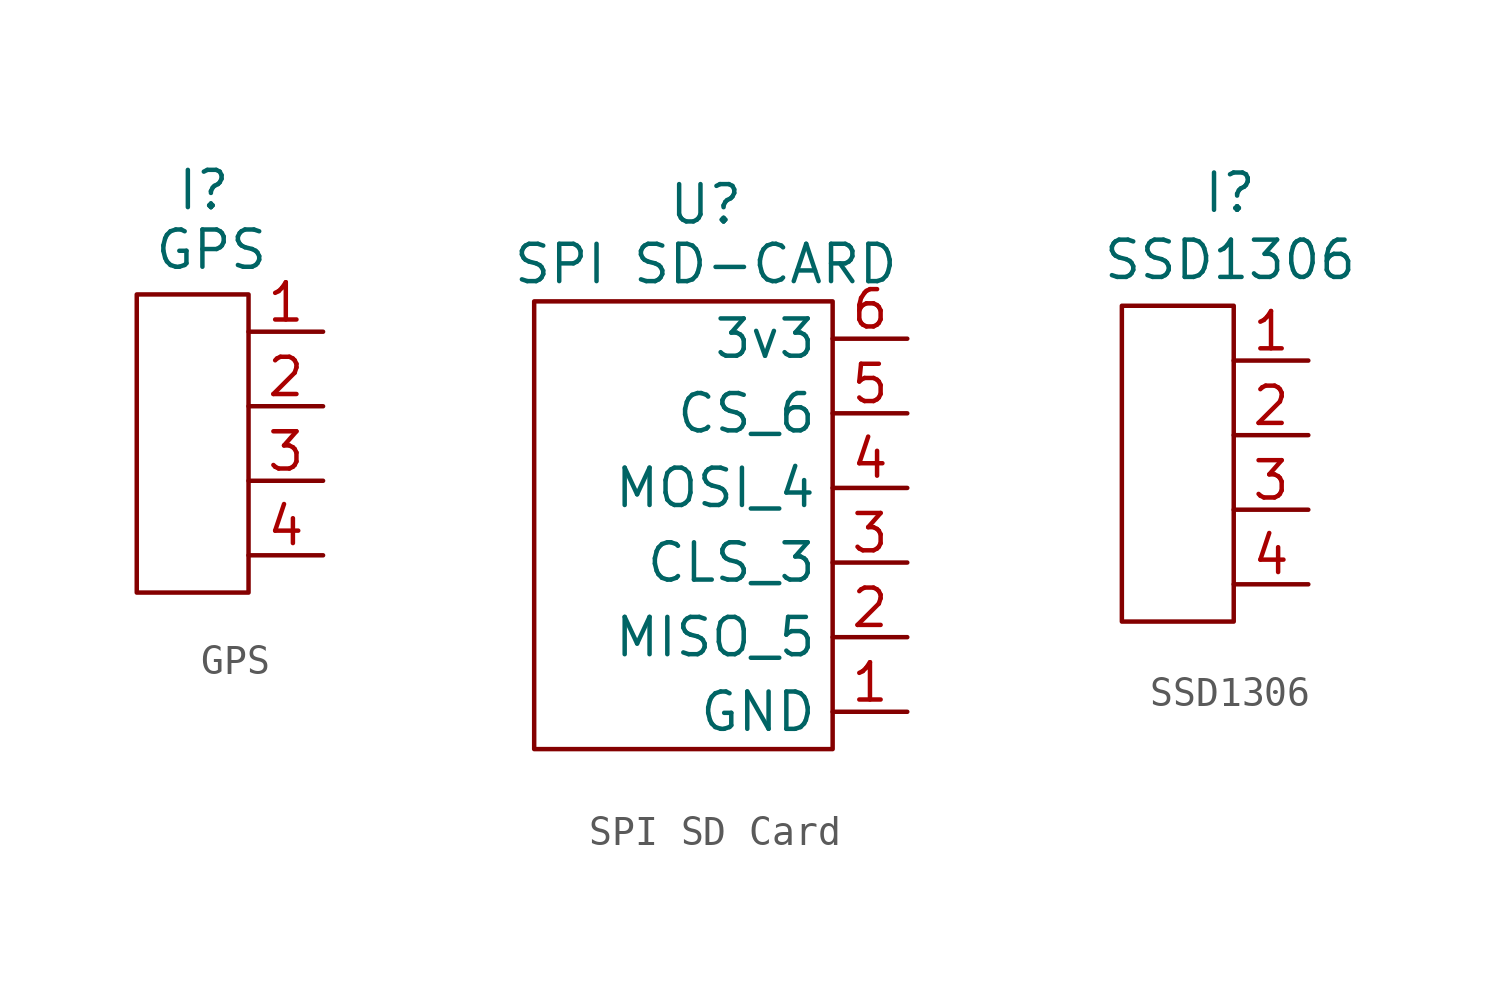
<source format=kicad_sym>
(kicad_symbol_lib
  (version 20241209)
  (generator "kicad_symbol_editor")
  (generator_version "9.0")
  (symbol "GPS"
    (property "Reference" "I"
      (at 2.286 8.636 0)
      (effects (font (size 1.27 1.27))))
    (property "Value" "GPS"
      (at 2.54 6.604 0)
      (effects (font (size 1.27 1.27))))
    (symbol "GPS_0_1"
      (rectangle (start -0.0001 5.08) (end 3.81 -5.08) (stroke (width 0) (type default)) (fill (type none))))
    (symbol "GPS_1_1"
      (pin passive line (at 6.35 3.81 180) (length 2.54) (name "" (effects (font (size 1.27 1.27)))) (number "1" (effects (font (size 1.27 1.27)))))
      (pin power_in line (at 6.35 1.27 180) (length 2.54) (name "" (effects (font (size 1.27 1.27)))) (number "2" (effects (font (size 1.27 1.27)))))
      (pin bidirectional line (at 6.35 -1.27 180) (length 2.54) (name "" (effects (font (size 1.27 1.27)))) (number "3" (effects (font (size 1.27 1.27)))))
      (pin bidirectional line (at 6.35 -3.81 180) (length 2.54) (name "" (effects (font (size 1.27 1.27)))) (number "4" (effects (font (size 1.27 1.27)))))))
  (symbol "SPI SD Card"
    (property "Reference" "U"
      (at 5.842 9.652 0)
      (effects (font (size 1.27 1.27))))
    (property "Value" "SPI SD-CARD"
      (at 5.842 7.62 0)
      (effects (font (size 1.27 1.27))))
    (symbol "SPI SD Card_0_1"
      (rectangle (start 0 6.35) (end 10.16 -8.89) (stroke (width 0) (type default)) (fill (type none))))
    (symbol "SPI SD Card_1_1"
      (pin power_in line (at 12.7 5.08 180) (length 2.54) (name "3v3" (effects (font (size 1.27 1.27)))) (number "6" (effects (font (size 1.27 1.27)))))
      (pin bidirectional line (at 12.7 2.54 180) (length 2.54) (name "CS_6" (effects (font (size 1.27 1.27)))) (number "5" (effects (font (size 1.27 1.27)))))
      (pin bidirectional line (at 12.7 0 180) (length 2.54) (name "MOSI_4" (effects (font (size 1.27 1.27)))) (number "4" (effects (font (size 1.27 1.27)))))
      (pin bidirectional line (at 12.7 -2.54 180) (length 2.54) (name "CLS_3" (effects (font (size 1.27 1.27)))) (number "3" (effects (font (size 1.27 1.27)))))
      (pin bidirectional line (at 12.7 -5.08 180) (length 2.54) (name "MISO_5" (effects (font (size 1.27 1.27)))) (number "2" (effects (font (size 1.27 1.27)))))
      (pin passive line (at 12.7 -7.62 180) (length 2.54) (name "GND" (effects (font (size 1.27 1.27)))) (number "1" (effects (font (size 1.27 1.27)))))))
  (symbol "SSD1306​"
    (property "Reference" "I"
      (at 4.318 2.54 0)
      (effects (font (size 1.27 1.27))))
    (property "Value" "SSD1306​"
      (at 4.318 0.254 0)
      (effects (font (size 1.27 1.27))))
    (symbol "SSD1306​_0_1"
      (rectangle (start 0.635 -1.308) (end 4.445 -12.065) (stroke (width 0) (type default)) (fill (type none))))
    (symbol "SSD1306​_1_1"
      (pin passive line (at 6.985 -3.175 180) (length 2.54) (name "" (effects (font (size 1.27 1.27)))) (number "1" (effects (font (size 1.27 1.27)))))
      (pin power_in line (at 6.985 -5.715 180) (length 2.54) (name "" (effects (font (size 1.27 1.27)))) (number "2" (effects (font (size 1.27 1.27)))))
      (pin bidirectional line (at 6.985 -8.255 180) (length 2.54) (name "" (effects (font (size 1.27 1.27)))) (number "3" (effects (font (size 1.27 1.27)))))
      (pin bidirectional line (at 6.985 -10.795 180) (length 2.54) (name "" (effects (font (size 1.27 1.27)))) (number "4" (effects (font (size 1.27 1.27))))))))
</source>
